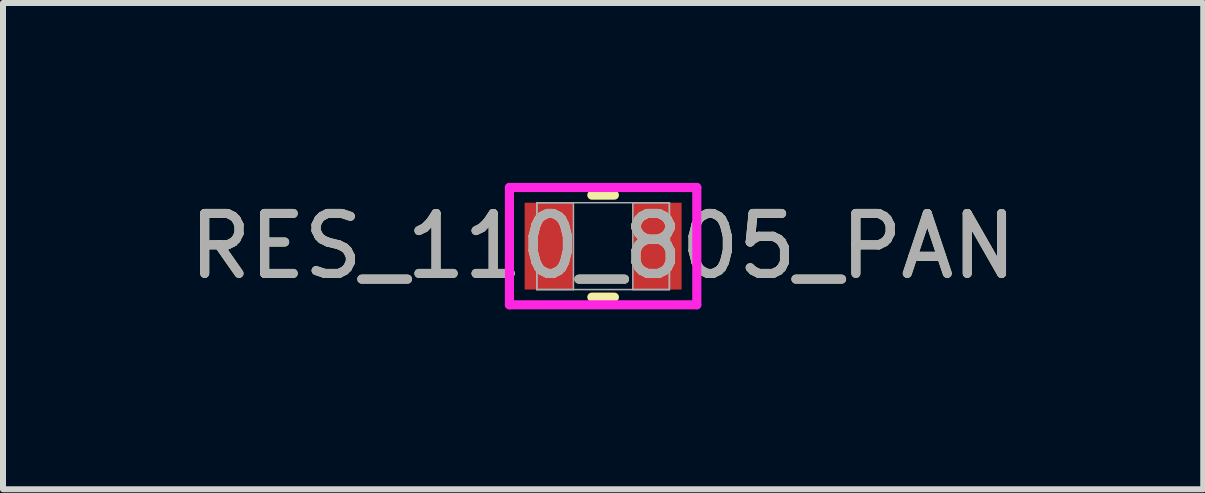
<source format=kicad_pcb>
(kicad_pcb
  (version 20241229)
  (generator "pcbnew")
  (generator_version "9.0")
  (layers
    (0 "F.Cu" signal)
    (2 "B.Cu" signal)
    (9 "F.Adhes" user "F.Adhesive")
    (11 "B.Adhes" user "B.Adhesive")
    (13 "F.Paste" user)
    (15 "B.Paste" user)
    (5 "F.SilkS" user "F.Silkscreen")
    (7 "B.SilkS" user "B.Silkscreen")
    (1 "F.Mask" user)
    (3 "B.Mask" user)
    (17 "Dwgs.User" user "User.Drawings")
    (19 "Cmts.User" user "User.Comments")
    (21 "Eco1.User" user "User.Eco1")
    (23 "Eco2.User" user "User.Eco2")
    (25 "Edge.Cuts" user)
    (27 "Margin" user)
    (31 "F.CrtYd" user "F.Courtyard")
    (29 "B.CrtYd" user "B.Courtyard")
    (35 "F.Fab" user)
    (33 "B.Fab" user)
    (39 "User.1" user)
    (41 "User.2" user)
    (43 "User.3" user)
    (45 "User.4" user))
  (footprint "RES_110_805_PAN"
    (layer "F.Cu")
    (at 7.006 1.054)
    (property "Reference" "RES_110_805_PAN" (at 0 0 0) (unlocked yes) (layer "F.SilkS") (effects (font (size 1 1) (thickness 0.15))))
    (attr smd)
    (fp_line (start -0.188 0.851) (end 0.188 0.851) (stroke (width 0.152) (type solid)) (layer "F.SilkS"))
    (fp_line (start 0.188 -0.851) (end -0.188 -0.851) (stroke (width 0.152) (type solid)) (layer "F.SilkS"))
    (fp_line (start -1.562 -0.978) (end 1.562 -0.978) (stroke (width 0.152) (type solid)) (layer "F.CrtYd"))
    (fp_line (start -1.562 0.978) (end -1.562 -0.978) (stroke (width 0.152) (type solid)) (layer "F.CrtYd"))
    (fp_line (start 1.562 -0.978) (end 1.562 0.978) (stroke (width 0.152) (type solid)) (layer "F.CrtYd"))
    (fp_line (start 1.562 0.978) (end -1.562 0.978) (stroke (width 0.152) (type solid)) (layer "F.CrtYd"))
    (fp_line (start -1.105 -0.724) (end -1.105 0.724) (stroke (width 0.025) (type solid)) (layer "F.Fab"))
    (fp_line (start -1.105 -0.724) (end -1.105 0.724) (stroke (width 0.025) (type solid)) (layer "F.Fab"))
    (fp_line (start -1.105 0.724) (end -0.495 0.724) (stroke (width 0.025) (type solid)) (layer "F.Fab"))
    (fp_line (start -1.105 0.724) (end 1.105 0.724) (stroke (width 0.025) (type solid)) (layer "F.Fab"))
    (fp_line (start -0.495 -0.724) (end -1.105 -0.724) (stroke (width 0.025) (type solid)) (layer "F.Fab"))
    (fp_line (start -0.495 0.724) (end -0.495 -0.724) (stroke (width 0.025) (type solid)) (layer "F.Fab"))
    (fp_line (start 0.495 -0.724) (end 0.495 0.724) (stroke (width 0.025) (type solid)) (layer "F.Fab"))
    (fp_line (start 0.495 0.724) (end 1.105 0.724) (stroke (width 0.025) (type solid)) (layer "F.Fab"))
    (fp_line (start 1.105 -0.724) (end -1.105 -0.724) (stroke (width 0.025) (type solid)) (layer "F.Fab"))
    (fp_line (start 1.105 -0.724) (end 0.495 -0.724) (stroke (width 0.025) (type solid)) (layer "F.Fab"))
    (fp_line (start 1.105 0.724) (end 1.105 -0.724) (stroke (width 0.025) (type solid)) (layer "F.Fab"))
    (fp_line (start 1.105 0.724) (end 1.105 -0.724) (stroke (width 0.025) (type solid)) (layer "F.Fab"))
    (fp_text user "${REFERENCE}" (at 0 0 0) (unlocked yes) (layer "F.Fab") (effects (font (size 1 1) (thickness 0.15))))
    (pad "1" smd rect (at -0.902 0) (size 0.813 1.448) (layers "F.Cu" "F.Mask" "F.Paste"))
    (pad "2" smd rect (at 0.902 0) (size 0.813 1.448) (layers "F.Cu" "F.Mask" "F.Paste"))
    (zone (net_name "") (layer "F.Cu") (hatch full 0.508) (connect_pads) (min_thickness 0.254) (filled_areas_thickness no) (keepout (tracks not_allowed) (vias not_allowed) (pads allowed) (copperpour not_allowed) (footprints allowed)) (placement (enabled no)) (fill) (polygon (pts (xy 6.561 0.381) (xy 7.45 0.381) (xy 7.45 1.727) (xy 6.561 1.727)))))
  (gr_rect
    (start -3 -3)
    (end 17.012 5.108)
    (stroke (width 0.1) (type default))
    (fill no)
    (layer "Edge.Cuts")))
</source>
